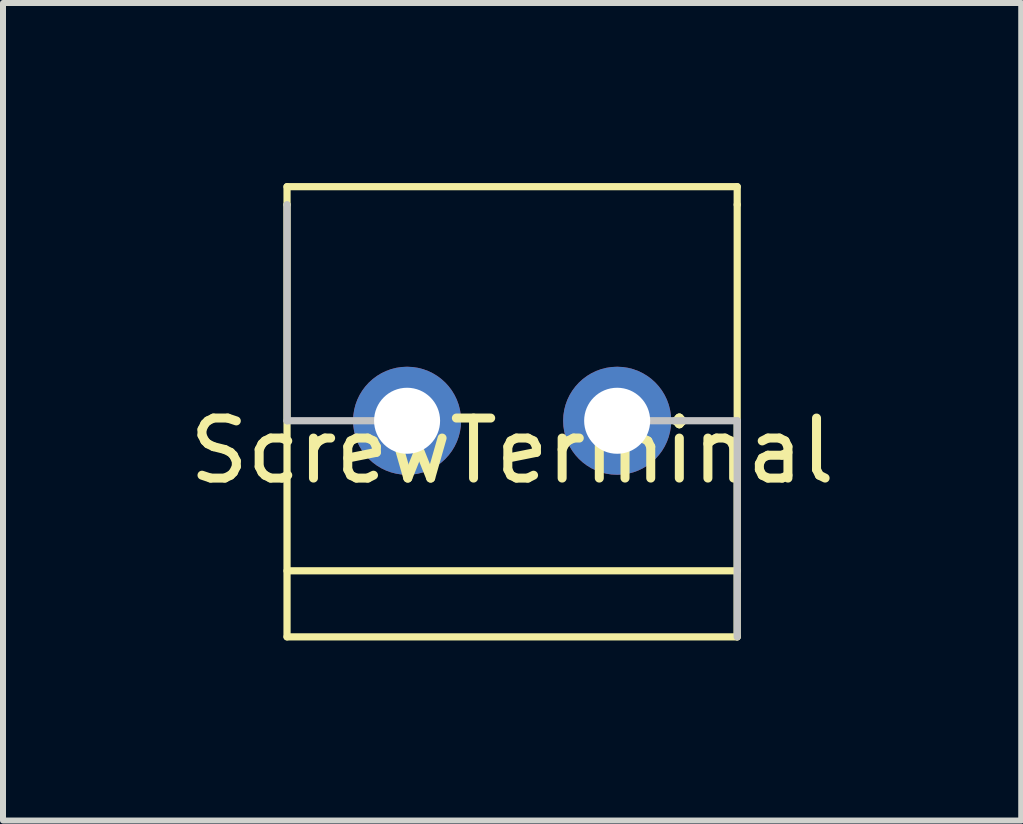
<source format=kicad_pcb>
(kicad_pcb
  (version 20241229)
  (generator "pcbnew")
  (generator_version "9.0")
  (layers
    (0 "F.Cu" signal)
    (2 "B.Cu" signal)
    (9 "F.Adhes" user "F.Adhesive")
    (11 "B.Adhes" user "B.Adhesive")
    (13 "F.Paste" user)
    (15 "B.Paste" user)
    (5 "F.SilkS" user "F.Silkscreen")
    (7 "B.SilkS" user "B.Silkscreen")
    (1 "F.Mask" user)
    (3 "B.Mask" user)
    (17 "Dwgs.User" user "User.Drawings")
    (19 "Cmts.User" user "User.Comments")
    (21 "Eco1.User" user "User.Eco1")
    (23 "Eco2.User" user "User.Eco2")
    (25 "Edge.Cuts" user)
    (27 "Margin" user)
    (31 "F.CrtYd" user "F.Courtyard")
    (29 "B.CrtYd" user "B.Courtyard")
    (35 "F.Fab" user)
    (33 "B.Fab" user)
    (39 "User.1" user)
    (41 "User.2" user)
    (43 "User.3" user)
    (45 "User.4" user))
  (footprint "ScrewTerminal"
    (layer "F.Cu")
    (at 5.482 3.96)
    (property "Reference" "ScrewTerminal" (at 0 0.5 0) (layer "F.SilkS") (effects (font (size 1 1) (thickness 0.15))))
    (attr through_hole)
    (fp_line (start -3.75 -3.9) (end -3.75 -3.6) (stroke (width 0.12) (type solid)) (layer "F.SilkS"))
    (fp_line (start -3.75 -3.9) (end 3.75 -3.9) (stroke (width 0.12) (type solid)) (layer "F.SilkS"))
    (fp_line (start -3.75 3.6) (end -3.75 -3.6) (stroke (width 0.12) (type solid)) (layer "F.SilkS"))
    (fp_line (start 3.75 -3.9) (end 3.75 -3.6) (stroke (width 0.12) (type solid)) (layer "F.SilkS"))
    (fp_line (start 3.75 -3.6) (end 3.75 3.6) (stroke (width 0.12) (type solid)) (layer "F.SilkS"))
    (fp_line (start 3.75 2.5) (end -3.75 2.5) (stroke (width 0.12) (type solid)) (layer "F.SilkS"))
    (fp_line (start 3.75 3.6) (end -3.75 3.6) (stroke (width 0.12) (type solid)) (layer "F.SilkS"))
    (fp_line (start -3.75 0) (end -3.75 -3.6) (stroke (width 0.12) (type solid)) (layer "Dwgs.User"))
    (fp_line (start -1.75 0) (end -3.75 0) (stroke (width 0.12) (type solid)) (layer "Dwgs.User"))
    (fp_line (start 1.75 0) (end 3.75 0) (stroke (width 0.12) (type solid)) (layer "Dwgs.User"))
    (fp_line (start 3.75 0) (end 3.75 3.6) (stroke (width 0.12) (type solid)) (layer "Dwgs.User"))
    (pad "1" thru_hole circle (at 1.75 0 270) (size 1.8 1.8) (drill 1.1) (layers "*.Cu" "*.Mask"))
    (pad "2" thru_hole circle (at -1.75 0 90) (size 1.8 1.8) (drill 1.1) (layers "*.Cu" "*.Mask")))
  (gr_rect
    (start -3 -3)
    (end 13.964 10.62)
    (stroke (width 0.1) (type default))
    (fill no)
    (layer "Edge.Cuts")))
</source>
